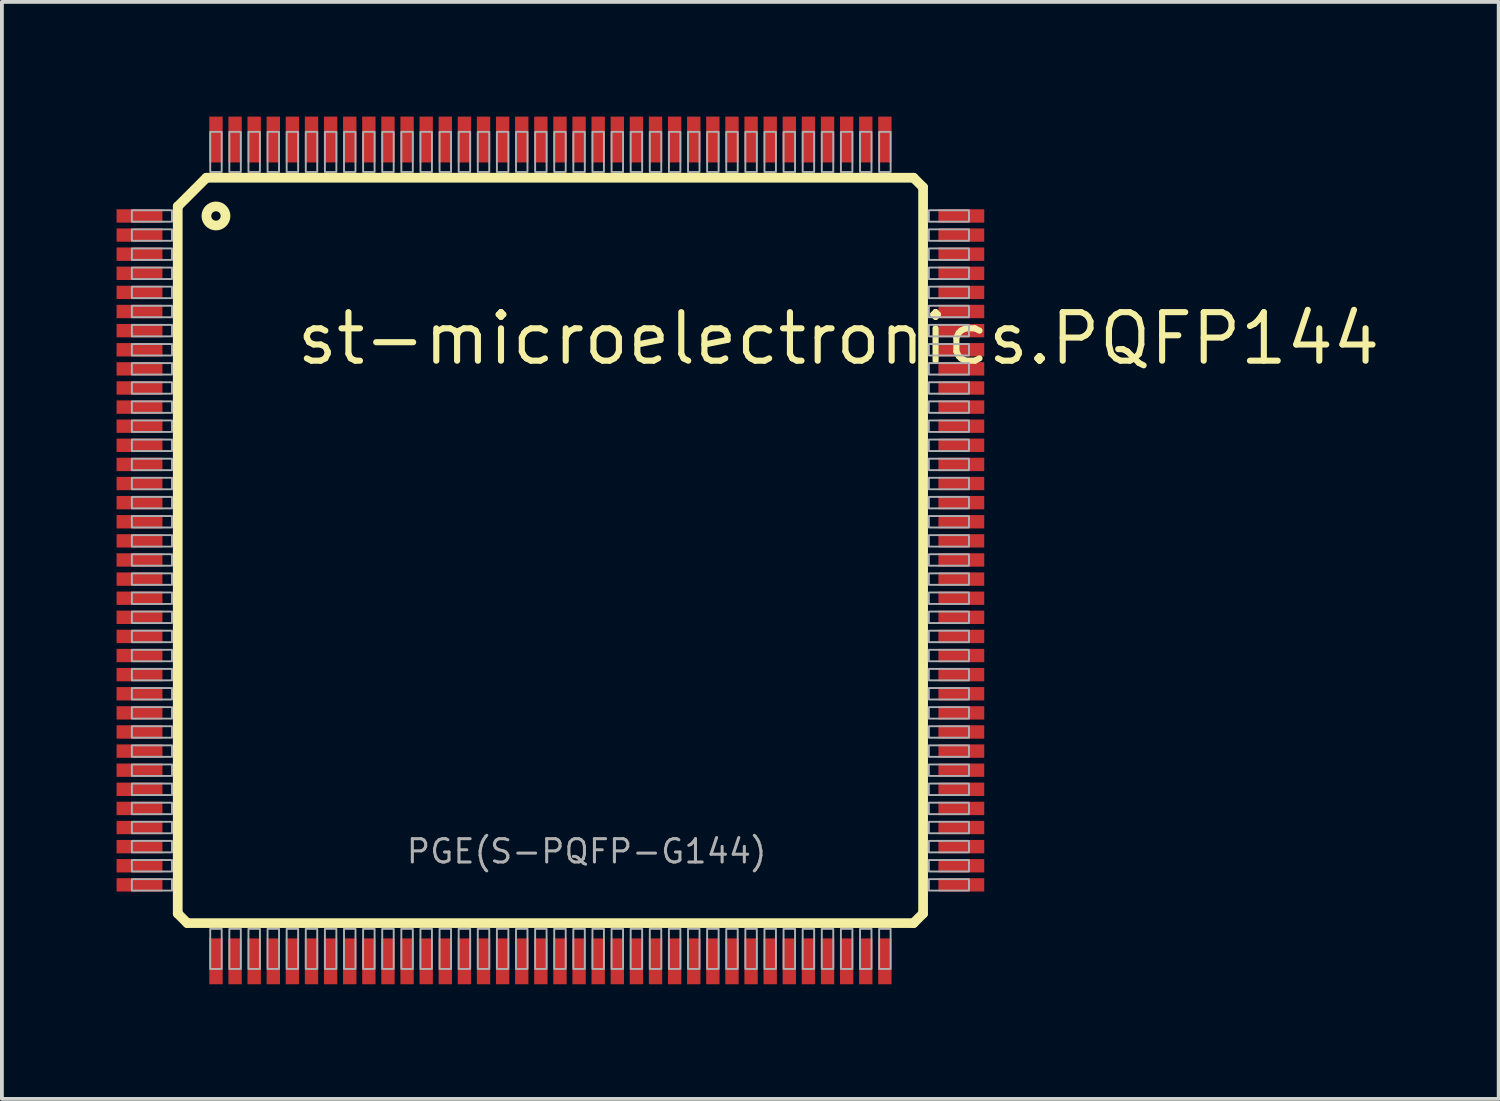
<source format=kicad_pcb>
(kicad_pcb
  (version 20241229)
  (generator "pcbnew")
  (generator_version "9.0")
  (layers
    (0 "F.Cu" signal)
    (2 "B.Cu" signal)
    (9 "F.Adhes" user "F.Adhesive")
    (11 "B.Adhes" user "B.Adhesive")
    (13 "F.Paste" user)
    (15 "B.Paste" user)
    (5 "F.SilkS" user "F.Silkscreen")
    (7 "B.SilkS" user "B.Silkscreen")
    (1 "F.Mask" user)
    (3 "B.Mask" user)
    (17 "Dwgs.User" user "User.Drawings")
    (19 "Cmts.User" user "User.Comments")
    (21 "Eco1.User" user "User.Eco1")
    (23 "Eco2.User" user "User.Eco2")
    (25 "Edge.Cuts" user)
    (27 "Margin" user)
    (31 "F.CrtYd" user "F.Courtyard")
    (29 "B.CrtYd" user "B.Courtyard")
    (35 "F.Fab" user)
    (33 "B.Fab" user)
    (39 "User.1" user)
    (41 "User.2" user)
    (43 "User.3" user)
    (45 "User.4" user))
  (footprint "st-microelectronics.PQFP144"
    (layer "F.Cu")
    (at 11.35 11.35)
    (property "Reference" "st-microelectronics.PQFP144" (at -6.72 -4.8 0) (layer "F.SilkS") (effects (font (size 1.27 1.27) (thickness 0.16)) (justify left bottom)))
    (attr smd)
    (fp_line (start -9.75 -9) (end -9 -9.75) (stroke (width 0.254) (type default)) (layer "F.SilkS"))
    (fp_line (start -9.75 9.5) (end -9.75 -9) (stroke (width 0.254) (type default)) (layer "F.SilkS"))
    (fp_line (start -9.5 9.75) (end -9.75 9.5) (stroke (width 0.254) (type default)) (layer "F.SilkS"))
    (fp_line (start -9 -9.75) (end 9.5 -9.75) (stroke (width 0.254) (type default)) (layer "F.SilkS"))
    (fp_line (start 9.5 -9.75) (end 9.75 -9.5) (stroke (width 0.254) (type default)) (layer "F.SilkS"))
    (fp_line (start 9.5 9.75) (end -9.5 9.75) (stroke (width 0.254) (type default)) (layer "F.SilkS"))
    (fp_line (start 9.75 -9.5) (end 9.75 9.5) (stroke (width 0.254) (type default)) (layer "F.SilkS"))
    (fp_line (start 9.75 9.5) (end 9.5 9.75) (stroke (width 0.254) (type default)) (layer "F.SilkS"))
    (fp_circle (center -8.75 -8.75) (end -8.5 -8.75) (stroke (width 0.254) (type default)) (fill no) (layer "F.SilkS"))
    (fp_rect (start -10.95 -8.6) (end -9.9 -8.9) (stroke (width 0.05) (type default)) (fill no) (layer "F.Fab"))
    (fp_rect (start -10.95 -8.1) (end -9.9 -8.4) (stroke (width 0.05) (type default)) (fill no) (layer "F.Fab"))
    (fp_rect (start -10.95 -7.6) (end -9.9 -7.9) (stroke (width 0.05) (type default)) (fill no) (layer "F.Fab"))
    (fp_rect (start -10.95 -7.1) (end -9.9 -7.4) (stroke (width 0.05) (type default)) (fill no) (layer "F.Fab"))
    (fp_rect (start -10.95 -6.6) (end -9.9 -6.9) (stroke (width 0.05) (type default)) (fill no) (layer "F.Fab"))
    (fp_rect (start -10.95 -6.1) (end -9.9 -6.4) (stroke (width 0.05) (type default)) (fill no) (layer "F.Fab"))
    (fp_rect (start -10.95 -5.6) (end -9.9 -5.9) (stroke (width 0.05) (type default)) (fill no) (layer "F.Fab"))
    (fp_rect (start -10.95 -5.1) (end -9.9 -5.4) (stroke (width 0.05) (type default)) (fill no) (layer "F.Fab"))
    (fp_rect (start -10.95 -4.6) (end -9.9 -4.9) (stroke (width 0.05) (type default)) (fill no) (layer "F.Fab"))
    (fp_rect (start -10.95 -4.1) (end -9.9 -4.4) (stroke (width 0.05) (type default)) (fill no) (layer "F.Fab"))
    (fp_rect (start -10.95 -3.6) (end -9.9 -3.9) (stroke (width 0.05) (type default)) (fill no) (layer "F.Fab"))
    (fp_rect (start -10.95 -3.1) (end -9.9 -3.4) (stroke (width 0.05) (type default)) (fill no) (layer "F.Fab"))
    (fp_rect (start -10.95 -2.6) (end -9.9 -2.9) (stroke (width 0.05) (type default)) (fill no) (layer "F.Fab"))
    (fp_rect (start -10.95 -2.1) (end -9.9 -2.4) (stroke (width 0.05) (type default)) (fill no) (layer "F.Fab"))
    (fp_rect (start -10.95 -1.6) (end -9.9 -1.9) (stroke (width 0.05) (type default)) (fill no) (layer "F.Fab"))
    (fp_rect (start -10.95 -1.1) (end -9.9 -1.4) (stroke (width 0.05) (type default)) (fill no) (layer "F.Fab"))
    (fp_rect (start -10.95 -0.6) (end -9.9 -0.9) (stroke (width 0.05) (type default)) (fill no) (layer "F.Fab"))
    (fp_rect (start -10.95 -0.1) (end -9.9 -0.4) (stroke (width 0.05) (type default)) (fill no) (layer "F.Fab"))
    (fp_rect (start -10.95 0.4) (end -9.9 0.1) (stroke (width 0.05) (type default)) (fill no) (layer "F.Fab"))
    (fp_rect (start -10.95 0.9) (end -9.9 0.6) (stroke (width 0.05) (type default)) (fill no) (layer "F.Fab"))
    (fp_rect (start -10.95 1.4) (end -9.9 1.1) (stroke (width 0.05) (type default)) (fill no) (layer "F.Fab"))
    (fp_rect (start -10.95 1.9) (end -9.9 1.6) (stroke (width 0.05) (type default)) (fill no) (layer "F.Fab"))
    (fp_rect (start -10.95 2.4) (end -9.9 2.1) (stroke (width 0.05) (type default)) (fill no) (layer "F.Fab"))
    (fp_rect (start -10.95 2.9) (end -9.9 2.6) (stroke (width 0.05) (type default)) (fill no) (layer "F.Fab"))
    (fp_rect (start -10.95 3.4) (end -9.9 3.1) (stroke (width 0.05) (type default)) (fill no) (layer "F.Fab"))
    (fp_rect (start -10.95 3.9) (end -9.9 3.6) (stroke (width 0.05) (type default)) (fill no) (layer "F.Fab"))
    (fp_rect (start -10.95 4.4) (end -9.9 4.1) (stroke (width 0.05) (type default)) (fill no) (layer "F.Fab"))
    (fp_rect (start -10.95 4.9) (end -9.9 4.6) (stroke (width 0.05) (type default)) (fill no) (layer "F.Fab"))
    (fp_rect (start -10.95 5.4) (end -9.9 5.1) (stroke (width 0.05) (type default)) (fill no) (layer "F.Fab"))
    (fp_rect (start -10.95 5.9) (end -9.9 5.6) (stroke (width 0.05) (type default)) (fill no) (layer "F.Fab"))
    (fp_rect (start -10.95 6.4) (end -9.9 6.1) (stroke (width 0.05) (type default)) (fill no) (layer "F.Fab"))
    (fp_rect (start -10.95 6.9) (end -9.9 6.6) (stroke (width 0.05) (type default)) (fill no) (layer "F.Fab"))
    (fp_rect (start -10.95 7.4) (end -9.9 7.1) (stroke (width 0.05) (type default)) (fill no) (layer "F.Fab"))
    (fp_rect (start -10.95 7.9) (end -9.9 7.6) (stroke (width 0.05) (type default)) (fill no) (layer "F.Fab"))
    (fp_rect (start -10.95 8.4) (end -9.9 8.1) (stroke (width 0.05) (type default)) (fill no) (layer "F.Fab"))
    (fp_rect (start -10.95 8.9) (end -9.9 8.6) (stroke (width 0.05) (type default)) (fill no) (layer "F.Fab"))
    (fp_rect (start -8.9 -9.9) (end -8.6 -10.95) (stroke (width 0.05) (type default)) (fill no) (layer "F.Fab"))
    (fp_rect (start -8.9 10.95) (end -8.6 9.9) (stroke (width 0.05) (type default)) (fill no) (layer "F.Fab"))
    (fp_rect (start -8.4 -9.9) (end -8.1 -10.95) (stroke (width 0.05) (type default)) (fill no) (layer "F.Fab"))
    (fp_rect (start -8.4 10.95) (end -8.1 9.9) (stroke (width 0.05) (type default)) (fill no) (layer "F.Fab"))
    (fp_rect (start -7.9 -9.9) (end -7.6 -10.95) (stroke (width 0.05) (type default)) (fill no) (layer "F.Fab"))
    (fp_rect (start -7.9 10.95) (end -7.6 9.9) (stroke (width 0.05) (type default)) (fill no) (layer "F.Fab"))
    (fp_rect (start -7.4 -9.9) (end -7.1 -10.95) (stroke (width 0.05) (type default)) (fill no) (layer "F.Fab"))
    (fp_rect (start -7.4 10.95) (end -7.1 9.9) (stroke (width 0.05) (type default)) (fill no) (layer "F.Fab"))
    (fp_rect (start -6.9 -9.9) (end -6.6 -10.95) (stroke (width 0.05) (type default)) (fill no) (layer "F.Fab"))
    (fp_rect (start -6.9 10.95) (end -6.6 9.9) (stroke (width 0.05) (type default)) (fill no) (layer "F.Fab"))
    (fp_rect (start -6.4 -9.9) (end -6.1 -10.95) (stroke (width 0.05) (type default)) (fill no) (layer "F.Fab"))
    (fp_rect (start -6.4 10.95) (end -6.1 9.9) (stroke (width 0.05) (type default)) (fill no) (layer "F.Fab"))
    (fp_rect (start -5.9 -9.9) (end -5.6 -10.95) (stroke (width 0.05) (type default)) (fill no) (layer "F.Fab"))
    (fp_rect (start -5.9 10.95) (end -5.6 9.9) (stroke (width 0.05) (type default)) (fill no) (layer "F.Fab"))
    (fp_rect (start -5.4 -9.9) (end -5.1 -10.95) (stroke (width 0.05) (type default)) (fill no) (layer "F.Fab"))
    (fp_rect (start -5.4 10.95) (end -5.1 9.9) (stroke (width 0.05) (type default)) (fill no) (layer "F.Fab"))
    (fp_rect (start -4.9 -9.9) (end -4.6 -10.95) (stroke (width 0.05) (type default)) (fill no) (layer "F.Fab"))
    (fp_rect (start -4.9 10.95) (end -4.6 9.9) (stroke (width 0.05) (type default)) (fill no) (layer "F.Fab"))
    (fp_rect (start -4.4 -9.9) (end -4.1 -10.95) (stroke (width 0.05) (type default)) (fill no) (layer "F.Fab"))
    (fp_rect (start -4.4 10.95) (end -4.1 9.9) (stroke (width 0.05) (type default)) (fill no) (layer "F.Fab"))
    (fp_rect (start -3.9 -9.9) (end -3.6 -10.95) (stroke (width 0.05) (type default)) (fill no) (layer "F.Fab"))
    (fp_rect (start -3.9 10.95) (end -3.6 9.9) (stroke (width 0.05) (type default)) (fill no) (layer "F.Fab"))
    (fp_rect (start -3.4 -9.9) (end -3.1 -10.95) (stroke (width 0.05) (type default)) (fill no) (layer "F.Fab"))
    (fp_rect (start -3.4 10.95) (end -3.1 9.9) (stroke (width 0.05) (type default)) (fill no) (layer "F.Fab"))
    (fp_rect (start -2.9 -9.9) (end -2.6 -10.95) (stroke (width 0.05) (type default)) (fill no) (layer "F.Fab"))
    (fp_rect (start -2.9 10.95) (end -2.6 9.9) (stroke (width 0.05) (type default)) (fill no) (layer "F.Fab"))
    (fp_rect (start -2.4 -9.9) (end -2.1 -10.95) (stroke (width 0.05) (type default)) (fill no) (layer "F.Fab"))
    (fp_rect (start -2.4 10.95) (end -2.1 9.9) (stroke (width 0.05) (type default)) (fill no) (layer "F.Fab"))
    (fp_rect (start -1.9 -9.9) (end -1.6 -10.95) (stroke (width 0.05) (type default)) (fill no) (layer "F.Fab"))
    (fp_rect (start -1.9 10.95) (end -1.6 9.9) (stroke (width 0.05) (type default)) (fill no) (layer "F.Fab"))
    (fp_rect (start -1.4 -9.9) (end -1.1 -10.95) (stroke (width 0.05) (type default)) (fill no) (layer "F.Fab"))
    (fp_rect (start -1.4 10.95) (end -1.1 9.9) (stroke (width 0.05) (type default)) (fill no) (layer "F.Fab"))
    (fp_rect (start -0.9 -9.9) (end -0.6 -10.95) (stroke (width 0.05) (type default)) (fill no) (layer "F.Fab"))
    (fp_rect (start -0.9 10.95) (end -0.6 9.9) (stroke (width 0.05) (type default)) (fill no) (layer "F.Fab"))
    (fp_rect (start -0.4 -9.9) (end -0.1 -10.95) (stroke (width 0.05) (type default)) (fill no) (layer "F.Fab"))
    (fp_rect (start -0.4 10.95) (end -0.1 9.9) (stroke (width 0.05) (type default)) (fill no) (layer "F.Fab"))
    (fp_rect (start 0.1 -9.9) (end 0.4 -10.95) (stroke (width 0.05) (type default)) (fill no) (layer "F.Fab"))
    (fp_rect (start 0.1 10.95) (end 0.4 9.9) (stroke (width 0.05) (type default)) (fill no) (layer "F.Fab"))
    (fp_rect (start 0.6 -9.9) (end 0.9 -10.95) (stroke (width 0.05) (type default)) (fill no) (layer "F.Fab"))
    (fp_rect (start 0.6 10.95) (end 0.9 9.9) (stroke (width 0.05) (type default)) (fill no) (layer "F.Fab"))
    (fp_rect (start 1.1 -9.9) (end 1.4 -10.95) (stroke (width 0.05) (type default)) (fill no) (layer "F.Fab"))
    (fp_rect (start 1.1 10.95) (end 1.4 9.9) (stroke (width 0.05) (type default)) (fill no) (layer "F.Fab"))
    (fp_rect (start 1.6 -9.9) (end 1.9 -10.95) (stroke (width 0.05) (type default)) (fill no) (layer "F.Fab"))
    (fp_rect (start 1.6 10.95) (end 1.9 9.9) (stroke (width 0.05) (type default)) (fill no) (layer "F.Fab"))
    (fp_rect (start 2.1 -9.9) (end 2.4 -10.95) (stroke (width 0.05) (type default)) (fill no) (layer "F.Fab"))
    (fp_rect (start 2.1 10.95) (end 2.4 9.9) (stroke (width 0.05) (type default)) (fill no) (layer "F.Fab"))
    (fp_rect (start 2.6 -9.9) (end 2.9 -10.95) (stroke (width 0.05) (type default)) (fill no) (layer "F.Fab"))
    (fp_rect (start 2.6 10.95) (end 2.9 9.9) (stroke (width 0.05) (type default)) (fill no) (layer "F.Fab"))
    (fp_rect (start 3.1 -9.9) (end 3.4 -10.95) (stroke (width 0.05) (type default)) (fill no) (layer "F.Fab"))
    (fp_rect (start 3.1 10.95) (end 3.4 9.9) (stroke (width 0.05) (type default)) (fill no) (layer "F.Fab"))
    (fp_rect (start 3.6 -9.9) (end 3.9 -10.95) (stroke (width 0.05) (type default)) (fill no) (layer "F.Fab"))
    (fp_rect (start 3.6 10.95) (end 3.9 9.9) (stroke (width 0.05) (type default)) (fill no) (layer "F.Fab"))
    (fp_rect (start 4.1 -9.9) (end 4.4 -10.95) (stroke (width 0.05) (type default)) (fill no) (layer "F.Fab"))
    (fp_rect (start 4.1 10.95) (end 4.4 9.9) (stroke (width 0.05) (type default)) (fill no) (layer "F.Fab"))
    (fp_rect (start 4.6 -9.9) (end 4.9 -10.95) (stroke (width 0.05) (type default)) (fill no) (layer "F.Fab"))
    (fp_rect (start 4.6 10.95) (end 4.9 9.9) (stroke (width 0.05) (type default)) (fill no) (layer "F.Fab"))
    (fp_rect (start 5.1 -9.9) (end 5.4 -10.95) (stroke (width 0.05) (type default)) (fill no) (layer "F.Fab"))
    (fp_rect (start 5.1 10.95) (end 5.4 9.9) (stroke (width 0.05) (type default)) (fill no) (layer "F.Fab"))
    (fp_rect (start 5.6 -9.9) (end 5.9 -10.95) (stroke (width 0.05) (type default)) (fill no) (layer "F.Fab"))
    (fp_rect (start 5.6 10.95) (end 5.9 9.9) (stroke (width 0.05) (type default)) (fill no) (layer "F.Fab"))
    (fp_rect (start 6.1 -9.9) (end 6.4 -10.95) (stroke (width 0.05) (type default)) (fill no) (layer "F.Fab"))
    (fp_rect (start 6.1 10.95) (end 6.4 9.9) (stroke (width 0.05) (type default)) (fill no) (layer "F.Fab"))
    (fp_rect (start 6.6 -9.9) (end 6.9 -10.95) (stroke (width 0.05) (type default)) (fill no) (layer "F.Fab"))
    (fp_rect (start 6.6 10.95) (end 6.9 9.9) (stroke (width 0.05) (type default)) (fill no) (layer "F.Fab"))
    (fp_rect (start 7.1 -9.9) (end 7.4 -10.95) (stroke (width 0.05) (type default)) (fill no) (layer "F.Fab"))
    (fp_rect (start 7.1 10.95) (end 7.4 9.9) (stroke (width 0.05) (type default)) (fill no) (layer "F.Fab"))
    (fp_rect (start 7.6 -9.9) (end 7.9 -10.95) (stroke (width 0.05) (type default)) (fill no) (layer "F.Fab"))
    (fp_rect (start 7.6 10.95) (end 7.9 9.9) (stroke (width 0.05) (type default)) (fill no) (layer "F.Fab"))
    (fp_rect (start 8.1 -9.9) (end 8.4 -10.95) (stroke (width 0.05) (type default)) (fill no) (layer "F.Fab"))
    (fp_rect (start 8.1 10.95) (end 8.4 9.9) (stroke (width 0.05) (type default)) (fill no) (layer "F.Fab"))
    (fp_rect (start 8.6 -9.9) (end 8.9 -10.95) (stroke (width 0.05) (type default)) (fill no) (layer "F.Fab"))
    (fp_rect (start 8.6 10.95) (end 8.9 9.9) (stroke (width 0.05) (type default)) (fill no) (layer "F.Fab"))
    (fp_rect (start 9.9 -8.6) (end 10.95 -8.9) (stroke (width 0.05) (type default)) (fill no) (layer "F.Fab"))
    (fp_rect (start 9.9 -8.1) (end 10.95 -8.4) (stroke (width 0.05) (type default)) (fill no) (layer "F.Fab"))
    (fp_rect (start 9.9 -7.6) (end 10.95 -7.9) (stroke (width 0.05) (type default)) (fill no) (layer "F.Fab"))
    (fp_rect (start 9.9 -7.1) (end 10.95 -7.4) (stroke (width 0.05) (type default)) (fill no) (layer "F.Fab"))
    (fp_rect (start 9.9 -6.6) (end 10.95 -6.9) (stroke (width 0.05) (type default)) (fill no) (layer "F.Fab"))
    (fp_rect (start 9.9 -6.1) (end 10.95 -6.4) (stroke (width 0.05) (type default)) (fill no) (layer "F.Fab"))
    (fp_rect (start 9.9 -5.6) (end 10.95 -5.9) (stroke (width 0.05) (type default)) (fill no) (layer "F.Fab"))
    (fp_rect (start 9.9 -5.1) (end 10.95 -5.4) (stroke (width 0.05) (type default)) (fill no) (layer "F.Fab"))
    (fp_rect (start 9.9 -4.6) (end 10.95 -4.9) (stroke (width 0.05) (type default)) (fill no) (layer "F.Fab"))
    (fp_rect (start 9.9 -4.1) (end 10.95 -4.4) (stroke (width 0.05) (type default)) (fill no) (layer "F.Fab"))
    (fp_rect (start 9.9 -3.6) (end 10.95 -3.9) (stroke (width 0.05) (type default)) (fill no) (layer "F.Fab"))
    (fp_rect (start 9.9 -3.1) (end 10.95 -3.4) (stroke (width 0.05) (type default)) (fill no) (layer "F.Fab"))
    (fp_rect (start 9.9 -2.6) (end 10.95 -2.9) (stroke (width 0.05) (type default)) (fill no) (layer "F.Fab"))
    (fp_rect (start 9.9 -2.1) (end 10.95 -2.4) (stroke (width 0.05) (type default)) (fill no) (layer "F.Fab"))
    (fp_rect (start 9.9 -1.6) (end 10.95 -1.9) (stroke (width 0.05) (type default)) (fill no) (layer "F.Fab"))
    (fp_rect (start 9.9 -1.1) (end 10.95 -1.4) (stroke (width 0.05) (type default)) (fill no) (layer "F.Fab"))
    (fp_rect (start 9.9 -0.6) (end 10.95 -0.9) (stroke (width 0.05) (type default)) (fill no) (layer "F.Fab"))
    (fp_rect (start 9.9 -0.1) (end 10.95 -0.4) (stroke (width 0.05) (type default)) (fill no) (layer "F.Fab"))
    (fp_rect (start 9.9 0.4) (end 10.95 0.1) (stroke (width 0.05) (type default)) (fill no) (layer "F.Fab"))
    (fp_rect (start 9.9 0.9) (end 10.95 0.6) (stroke (width 0.05) (type default)) (fill no) (layer "F.Fab"))
    (fp_rect (start 9.9 1.4) (end 10.95 1.1) (stroke (width 0.05) (type default)) (fill no) (layer "F.Fab"))
    (fp_rect (start 9.9 1.9) (end 10.95 1.6) (stroke (width 0.05) (type default)) (fill no) (layer "F.Fab"))
    (fp_rect (start 9.9 2.4) (end 10.95 2.1) (stroke (width 0.05) (type default)) (fill no) (layer "F.Fab"))
    (fp_rect (start 9.9 2.9) (end 10.95 2.6) (stroke (width 0.05) (type default)) (fill no) (layer "F.Fab"))
    (fp_rect (start 9.9 3.4) (end 10.95 3.1) (stroke (width 0.05) (type default)) (fill no) (layer "F.Fab"))
    (fp_rect (start 9.9 3.9) (end 10.95 3.6) (stroke (width 0.05) (type default)) (fill no) (layer "F.Fab"))
    (fp_rect (start 9.9 4.4) (end 10.95 4.1) (stroke (width 0.05) (type default)) (fill no) (layer "F.Fab"))
    (fp_rect (start 9.9 4.9) (end 10.95 4.6) (stroke (width 0.05) (type default)) (fill no) (layer "F.Fab"))
    (fp_rect (start 9.9 5.4) (end 10.95 5.1) (stroke (width 0.05) (type default)) (fill no) (layer "F.Fab"))
    (fp_rect (start 9.9 5.9) (end 10.95 5.6) (stroke (width 0.05) (type default)) (fill no) (layer "F.Fab"))
    (fp_rect (start 9.9 6.4) (end 10.95 6.1) (stroke (width 0.05) (type default)) (fill no) (layer "F.Fab"))
    (fp_rect (start 9.9 6.9) (end 10.95 6.6) (stroke (width 0.05) (type default)) (fill no) (layer "F.Fab"))
    (fp_rect (start 9.9 7.4) (end 10.95 7.1) (stroke (width 0.05) (type default)) (fill no) (layer "F.Fab"))
    (fp_rect (start 9.9 7.9) (end 10.95 7.6) (stroke (width 0.05) (type default)) (fill no) (layer "F.Fab"))
    (fp_rect (start 9.9 8.4) (end 10.95 8.1) (stroke (width 0.05) (type default)) (fill no) (layer "F.Fab"))
    (fp_rect (start 9.9 8.9) (end 10.95 8.6) (stroke (width 0.05) (type default)) (fill no) (layer "F.Fab"))
    (fp_text user "PGE(S-PQFP-G144)" (at -3.81 8.23 0) (layer "F.Fab") (effects (font (size 0.61 0.61) (thickness 0.08)) (justify left bottom)))
    (pad "1" smd roundrect (at -10.75 -8.75) (size 1.2 0.35) (layers "F.Cu" "F.Mask" "F.Paste") (roundrect_rratio 0.01))
    (pad "2" smd roundrect (at -10.75 -8.25) (size 1.2 0.35) (layers "F.Cu" "F.Mask" "F.Paste") (roundrect_rratio 0.01))
    (pad "3" smd roundrect (at -10.75 -7.75) (size 1.2 0.35) (layers "F.Cu" "F.Mask" "F.Paste") (roundrect_rratio 0.01))
    (pad "4" smd roundrect (at -10.75 -7.25) (size 1.2 0.35) (layers "F.Cu" "F.Mask" "F.Paste") (roundrect_rratio 0.01))
    (pad "5" smd roundrect (at -10.75 -6.75) (size 1.2 0.35) (layers "F.Cu" "F.Mask" "F.Paste") (roundrect_rratio 0.01))
    (pad "6" smd roundrect (at -10.75 -6.25) (size 1.2 0.35) (layers "F.Cu" "F.Mask" "F.Paste") (roundrect_rratio 0.01))
    (pad "7" smd roundrect (at -10.75 -5.75) (size 1.2 0.35) (layers "F.Cu" "F.Mask" "F.Paste") (roundrect_rratio 0.01))
    (pad "8" smd roundrect (at -10.75 -5.25) (size 1.2 0.35) (layers "F.Cu" "F.Mask" "F.Paste") (roundrect_rratio 0.01))
    (pad "9" smd roundrect (at -10.75 -4.75) (size 1.2 0.35) (layers "F.Cu" "F.Mask" "F.Paste") (roundrect_rratio 0.01))
    (pad "10" smd roundrect (at -10.75 -4.25) (size 1.2 0.35) (layers "F.Cu" "F.Mask" "F.Paste") (roundrect_rratio 0.01))
    (pad "11" smd roundrect (at -10.75 -3.75) (size 1.2 0.35) (layers "F.Cu" "F.Mask" "F.Paste") (roundrect_rratio 0.01))
    (pad "12" smd roundrect (at -10.75 -3.25) (size 1.2 0.35) (layers "F.Cu" "F.Mask" "F.Paste") (roundrect_rratio 0.01))
    (pad "13" smd roundrect (at -10.75 -2.75) (size 1.2 0.35) (layers "F.Cu" "F.Mask" "F.Paste") (roundrect_rratio 0.01))
    (pad "14" smd roundrect (at -10.75 -2.25) (size 1.2 0.35) (layers "F.Cu" "F.Mask" "F.Paste") (roundrect_rratio 0.01))
    (pad "15" smd roundrect (at -10.75 -1.75) (size 1.2 0.35) (layers "F.Cu" "F.Mask" "F.Paste") (roundrect_rratio 0.01))
    (pad "16" smd roundrect (at -10.75 -1.25) (size 1.2 0.35) (layers "F.Cu" "F.Mask" "F.Paste") (roundrect_rratio 0.01))
    (pad "17" smd roundrect (at -10.75 -0.75) (size 1.2 0.35) (layers "F.Cu" "F.Mask" "F.Paste") (roundrect_rratio 0.01))
    (pad "18" smd roundrect (at -10.75 -0.25) (size 1.2 0.35) (layers "F.Cu" "F.Mask" "F.Paste") (roundrect_rratio 0.01))
    (pad "19" smd roundrect (at -10.75 0.25) (size 1.2 0.35) (layers "F.Cu" "F.Mask" "F.Paste") (roundrect_rratio 0.01))
    (pad "20" smd roundrect (at -10.75 0.75) (size 1.2 0.35) (layers "F.Cu" "F.Mask" "F.Paste") (roundrect_rratio 0.01))
    (pad "21" smd roundrect (at -10.75 1.25) (size 1.2 0.35) (layers "F.Cu" "F.Mask" "F.Paste") (roundrect_rratio 0.01))
    (pad "22" smd roundrect (at -10.75 1.75) (size 1.2 0.35) (layers "F.Cu" "F.Mask" "F.Paste") (roundrect_rratio 0.01))
    (pad "23" smd roundrect (at -10.75 2.25) (size 1.2 0.35) (layers "F.Cu" "F.Mask" "F.Paste") (roundrect_rratio 0.01))
    (pad "24" smd roundrect (at -10.75 2.75) (size 1.2 0.35) (layers "F.Cu" "F.Mask" "F.Paste") (roundrect_rratio 0.01))
    (pad "25" smd roundrect (at -10.75 3.25) (size 1.2 0.35) (layers "F.Cu" "F.Mask" "F.Paste") (roundrect_rratio 0.01))
    (pad "26" smd roundrect (at -10.75 3.75) (size 1.2 0.35) (layers "F.Cu" "F.Mask" "F.Paste") (roundrect_rratio 0.01))
    (pad "27" smd roundrect (at -10.75 4.25) (size 1.2 0.35) (layers "F.Cu" "F.Mask" "F.Paste") (roundrect_rratio 0.01))
    (pad "28" smd roundrect (at -10.75 4.75) (size 1.2 0.35) (layers "F.Cu" "F.Mask" "F.Paste") (roundrect_rratio 0.01))
    (pad "29" smd roundrect (at -10.75 5.25) (size 1.2 0.35) (layers "F.Cu" "F.Mask" "F.Paste") (roundrect_rratio 0.01))
    (pad "30" smd roundrect (at -10.75 5.75) (size 1.2 0.35) (layers "F.Cu" "F.Mask" "F.Paste") (roundrect_rratio 0.01))
    (pad "31" smd roundrect (at -10.75 6.25) (size 1.2 0.35) (layers "F.Cu" "F.Mask" "F.Paste") (roundrect_rratio 0.01))
    (pad "32" smd roundrect (at -10.75 6.75) (size 1.2 0.35) (layers "F.Cu" "F.Mask" "F.Paste") (roundrect_rratio 0.01))
    (pad "33" smd roundrect (at -10.75 7.25) (size 1.2 0.35) (layers "F.Cu" "F.Mask" "F.Paste") (roundrect_rratio 0.01))
    (pad "34" smd roundrect (at -10.75 7.75) (size 1.2 0.35) (layers "F.Cu" "F.Mask" "F.Paste") (roundrect_rratio 0.01))
    (pad "35" smd roundrect (at -10.75 8.25) (size 1.2 0.35) (layers "F.Cu" "F.Mask" "F.Paste") (roundrect_rratio 0.01))
    (pad "36" smd roundrect (at -10.75 8.75) (size 1.2 0.35) (layers "F.Cu" "F.Mask" "F.Paste") (roundrect_rratio 0.01))
    (pad "37" smd roundrect (at -8.75 10.75) (size 0.35 1.2) (layers "F.Cu" "F.Mask" "F.Paste") (roundrect_rratio 0.01))
    (pad "38" smd roundrect (at -8.25 10.75) (size 0.35 1.2) (layers "F.Cu" "F.Mask" "F.Paste") (roundrect_rratio 0.01))
    (pad "39" smd roundrect (at -7.75 10.75) (size 0.35 1.2) (layers "F.Cu" "F.Mask" "F.Paste") (roundrect_rratio 0.01))
    (pad "40" smd roundrect (at -7.25 10.75) (size 0.35 1.2) (layers "F.Cu" "F.Mask" "F.Paste") (roundrect_rratio 0.01))
    (pad "41" smd roundrect (at -6.75 10.75) (size 0.35 1.2) (layers "F.Cu" "F.Mask" "F.Paste") (roundrect_rratio 0.01))
    (pad "42" smd roundrect (at -6.25 10.75) (size 0.35 1.2) (layers "F.Cu" "F.Mask" "F.Paste") (roundrect_rratio 0.01))
    (pad "43" smd roundrect (at -5.75 10.75) (size 0.35 1.2) (layers "F.Cu" "F.Mask" "F.Paste") (roundrect_rratio 0.01))
    (pad "44" smd roundrect (at -5.25 10.75) (size 0.35 1.2) (layers "F.Cu" "F.Mask" "F.Paste") (roundrect_rratio 0.01))
    (pad "45" smd roundrect (at -4.75 10.75) (size 0.35 1.2) (layers "F.Cu" "F.Mask" "F.Paste") (roundrect_rratio 0.01))
    (pad "46" smd roundrect (at -4.25 10.75) (size 0.35 1.2) (layers "F.Cu" "F.Mask" "F.Paste") (roundrect_rratio 0.01))
    (pad "47" smd roundrect (at -3.75 10.75) (size 0.35 1.2) (layers "F.Cu" "F.Mask" "F.Paste") (roundrect_rratio 0.01))
    (pad "48" smd roundrect (at -3.25 10.75) (size 0.35 1.2) (layers "F.Cu" "F.Mask" "F.Paste") (roundrect_rratio 0.01))
    (pad "49" smd roundrect (at -2.75 10.75) (size 0.35 1.2) (layers "F.Cu" "F.Mask" "F.Paste") (roundrect_rratio 0.01))
    (pad "50" smd roundrect (at -2.25 10.75) (size 0.35 1.2) (layers "F.Cu" "F.Mask" "F.Paste") (roundrect_rratio 0.01))
    (pad "51" smd roundrect (at -1.75 10.75) (size 0.35 1.2) (layers "F.Cu" "F.Mask" "F.Paste") (roundrect_rratio 0.01))
    (pad "52" smd roundrect (at -1.25 10.75) (size 0.35 1.2) (layers "F.Cu" "F.Mask" "F.Paste") (roundrect_rratio 0.01))
    (pad "53" smd roundrect (at -0.75 10.75) (size 0.35 1.2) (layers "F.Cu" "F.Mask" "F.Paste") (roundrect_rratio 0.01))
    (pad "54" smd roundrect (at -0.25 10.75) (size 0.35 1.2) (layers "F.Cu" "F.Mask" "F.Paste") (roundrect_rratio 0.01))
    (pad "55" smd roundrect (at 0.25 10.75) (size 0.35 1.2) (layers "F.Cu" "F.Mask" "F.Paste") (roundrect_rratio 0.01))
    (pad "56" smd roundrect (at 0.75 10.75) (size 0.35 1.2) (layers "F.Cu" "F.Mask" "F.Paste") (roundrect_rratio 0.01))
    (pad "57" smd roundrect (at 1.25 10.75) (size 0.35 1.2) (layers "F.Cu" "F.Mask" "F.Paste") (roundrect_rratio 0.01))
    (pad "58" smd roundrect (at 1.75 10.75) (size 0.35 1.2) (layers "F.Cu" "F.Mask" "F.Paste") (roundrect_rratio 0.01))
    (pad "59" smd roundrect (at 2.25 10.75) (size 0.35 1.2) (layers "F.Cu" "F.Mask" "F.Paste") (roundrect_rratio 0.01))
    (pad "60" smd roundrect (at 2.75 10.75) (size 0.35 1.2) (layers "F.Cu" "F.Mask" "F.Paste") (roundrect_rratio 0.01))
    (pad "61" smd roundrect (at 3.25 10.75) (size 0.35 1.2) (layers "F.Cu" "F.Mask" "F.Paste") (roundrect_rratio 0.01))
    (pad "62" smd roundrect (at 3.75 10.75) (size 0.35 1.2) (layers "F.Cu" "F.Mask" "F.Paste") (roundrect_rratio 0.01))
    (pad "63" smd roundrect (at 4.25 10.75) (size 0.35 1.2) (layers "F.Cu" "F.Mask" "F.Paste") (roundrect_rratio 0.01))
    (pad "64" smd roundrect (at 4.75 10.75) (size 0.35 1.2) (layers "F.Cu" "F.Mask" "F.Paste") (roundrect_rratio 0.01))
    (pad "65" smd roundrect (at 5.25 10.75) (size 0.35 1.2) (layers "F.Cu" "F.Mask" "F.Paste") (roundrect_rratio 0.01))
    (pad "66" smd roundrect (at 5.75 10.75) (size 0.35 1.2) (layers "F.Cu" "F.Mask" "F.Paste") (roundrect_rratio 0.01))
    (pad "67" smd roundrect (at 6.25 10.75) (size 0.35 1.2) (layers "F.Cu" "F.Mask" "F.Paste") (roundrect_rratio 0.01))
    (pad "68" smd roundrect (at 6.75 10.75) (size 0.35 1.2) (layers "F.Cu" "F.Mask" "F.Paste") (roundrect_rratio 0.01))
    (pad "69" smd roundrect (at 7.25 10.75) (size 0.35 1.2) (layers "F.Cu" "F.Mask" "F.Paste") (roundrect_rratio 0.01))
    (pad "70" smd roundrect (at 7.75 10.75) (size 0.35 1.2) (layers "F.Cu" "F.Mask" "F.Paste") (roundrect_rratio 0.01))
    (pad "71" smd roundrect (at 8.25 10.75) (size 0.35 1.2) (layers "F.Cu" "F.Mask" "F.Paste") (roundrect_rratio 0.01))
    (pad "72" smd roundrect (at 8.75 10.75) (size 0.35 1.2) (layers "F.Cu" "F.Mask" "F.Paste") (roundrect_rratio 0.01))
    (pad "73" smd roundrect (at 10.75 8.75) (size 1.2 0.35) (layers "F.Cu" "F.Mask" "F.Paste") (roundrect_rratio 0.01))
    (pad "74" smd roundrect (at 10.75 8.25) (size 1.2 0.35) (layers "F.Cu" "F.Mask" "F.Paste") (roundrect_rratio 0.01))
    (pad "75" smd roundrect (at 10.75 7.75) (size 1.2 0.35) (layers "F.Cu" "F.Mask" "F.Paste") (roundrect_rratio 0.01))
    (pad "76" smd roundrect (at 10.75 7.25) (size 1.2 0.35) (layers "F.Cu" "F.Mask" "F.Paste") (roundrect_rratio 0.01))
    (pad "77" smd roundrect (at 10.75 6.75) (size 1.2 0.35) (layers "F.Cu" "F.Mask" "F.Paste") (roundrect_rratio 0.01))
    (pad "78" smd roundrect (at 10.75 6.25) (size 1.2 0.35) (layers "F.Cu" "F.Mask" "F.Paste") (roundrect_rratio 0.01))
    (pad "79" smd roundrect (at 10.75 5.75) (size 1.2 0.35) (layers "F.Cu" "F.Mask" "F.Paste") (roundrect_rratio 0.01))
    (pad "80" smd roundrect (at 10.75 5.25) (size 1.2 0.35) (layers "F.Cu" "F.Mask" "F.Paste") (roundrect_rratio 0.01))
    (pad "81" smd roundrect (at 10.75 4.75) (size 1.2 0.35) (layers "F.Cu" "F.Mask" "F.Paste") (roundrect_rratio 0.01))
    (pad "82" smd roundrect (at 10.75 4.25) (size 1.2 0.35) (layers "F.Cu" "F.Mask" "F.Paste") (roundrect_rratio 0.01))
    (pad "83" smd roundrect (at 10.75 3.75) (size 1.2 0.35) (layers "F.Cu" "F.Mask" "F.Paste") (roundrect_rratio 0.01))
    (pad "84" smd roundrect (at 10.75 3.25) (size 1.2 0.35) (layers "F.Cu" "F.Mask" "F.Paste") (roundrect_rratio 0.01))
    (pad "85" smd roundrect (at 10.75 2.75) (size 1.2 0.35) (layers "F.Cu" "F.Mask" "F.Paste") (roundrect_rratio 0.01))
    (pad "86" smd roundrect (at 10.75 2.25) (size 1.2 0.35) (layers "F.Cu" "F.Mask" "F.Paste") (roundrect_rratio 0.01))
    (pad "87" smd roundrect (at 10.75 1.75) (size 1.2 0.35) (layers "F.Cu" "F.Mask" "F.Paste") (roundrect_rratio 0.01))
    (pad "88" smd roundrect (at 10.75 1.25) (size 1.2 0.35) (layers "F.Cu" "F.Mask" "F.Paste") (roundrect_rratio 0.01))
    (pad "89" smd roundrect (at 10.75 0.75) (size 1.2 0.35) (layers "F.Cu" "F.Mask" "F.Paste") (roundrect_rratio 0.01))
    (pad "90" smd roundrect (at 10.75 0.25) (size 1.2 0.35) (layers "F.Cu" "F.Mask" "F.Paste") (roundrect_rratio 0.01))
    (pad "91" smd roundrect (at 10.75 -0.25) (size 1.2 0.35) (layers "F.Cu" "F.Mask" "F.Paste") (roundrect_rratio 0.01))
    (pad "92" smd roundrect (at 10.75 -0.75) (size 1.2 0.35) (layers "F.Cu" "F.Mask" "F.Paste") (roundrect_rratio 0.01))
    (pad "93" smd roundrect (at 10.75 -1.25) (size 1.2 0.35) (layers "F.Cu" "F.Mask" "F.Paste") (roundrect_rratio 0.01))
    (pad "94" smd roundrect (at 10.75 -1.75) (size 1.2 0.35) (layers "F.Cu" "F.Mask" "F.Paste") (roundrect_rratio 0.01))
    (pad "95" smd roundrect (at 10.75 -2.25) (size 1.2 0.35) (layers "F.Cu" "F.Mask" "F.Paste") (roundrect_rratio 0.01))
    (pad "96" smd roundrect (at 10.75 -2.75) (size 1.2 0.35) (layers "F.Cu" "F.Mask" "F.Paste") (roundrect_rratio 0.01))
    (pad "97" smd roundrect (at 10.75 -3.25) (size 1.2 0.35) (layers "F.Cu" "F.Mask" "F.Paste") (roundrect_rratio 0.01))
    (pad "98" smd roundrect (at 10.75 -3.75) (size 1.2 0.35) (layers "F.Cu" "F.Mask" "F.Paste") (roundrect_rratio 0.01))
    (pad "99" smd roundrect (at 10.75 -4.25) (size 1.2 0.35) (layers "F.Cu" "F.Mask" "F.Paste") (roundrect_rratio 0.01))
    (pad "100" smd roundrect (at 10.75 -4.75) (size 1.2 0.35) (layers "F.Cu" "F.Mask" "F.Paste") (roundrect_rratio 0.01))
    (pad "101" smd roundrect (at 10.75 -5.25) (size 1.2 0.35) (layers "F.Cu" "F.Mask" "F.Paste") (roundrect_rratio 0.01))
    (pad "102" smd roundrect (at 10.75 -5.75) (size 1.2 0.35) (layers "F.Cu" "F.Mask" "F.Paste") (roundrect_rratio 0.01))
    (pad "103" smd roundrect (at 10.75 -6.25) (size 1.2 0.35) (layers "F.Cu" "F.Mask" "F.Paste") (roundrect_rratio 0.01))
    (pad "104" smd roundrect (at 10.75 -6.75) (size 1.2 0.35) (layers "F.Cu" "F.Mask" "F.Paste") (roundrect_rratio 0.01))
    (pad "105" smd roundrect (at 10.75 -7.25) (size 1.2 0.35) (layers "F.Cu" "F.Mask" "F.Paste") (roundrect_rratio 0.01))
    (pad "106" smd roundrect (at 10.75 -7.75) (size 1.2 0.35) (layers "F.Cu" "F.Mask" "F.Paste") (roundrect_rratio 0.01))
    (pad "107" smd roundrect (at 10.75 -8.25) (size 1.2 0.35) (layers "F.Cu" "F.Mask" "F.Paste") (roundrect_rratio 0.01))
    (pad "108" smd roundrect (at 10.75 -8.75) (size 1.2 0.35) (layers "F.Cu" "F.Mask" "F.Paste") (roundrect_rratio 0.01))
    (pad "109" smd roundrect (at 8.75 -10.75) (size 0.35 1.2) (layers "F.Cu" "F.Mask" "F.Paste") (roundrect_rratio 0.01))
    (pad "110" smd roundrect (at 8.25 -10.75) (size 0.35 1.2) (layers "F.Cu" "F.Mask" "F.Paste") (roundrect_rratio 0.01))
    (pad "111" smd roundrect (at 7.75 -10.75) (size 0.35 1.2) (layers "F.Cu" "F.Mask" "F.Paste") (roundrect_rratio 0.01))
    (pad "112" smd roundrect (at 7.25 -10.75) (size 0.35 1.2) (layers "F.Cu" "F.Mask" "F.Paste") (roundrect_rratio 0.01))
    (pad "113" smd roundrect (at 6.75 -10.75) (size 0.35 1.2) (layers "F.Cu" "F.Mask" "F.Paste") (roundrect_rratio 0.01))
    (pad "114" smd roundrect (at 6.25 -10.75) (size 0.35 1.2) (layers "F.Cu" "F.Mask" "F.Paste") (roundrect_rratio 0.01))
    (pad "115" smd roundrect (at 5.75 -10.75) (size 0.35 1.2) (layers "F.Cu" "F.Mask" "F.Paste") (roundrect_rratio 0.01))
    (pad "116" smd roundrect (at 5.25 -10.75) (size 0.35 1.2) (layers "F.Cu" "F.Mask" "F.Paste") (roundrect_rratio 0.01))
    (pad "117" smd roundrect (at 4.75 -10.75) (size 0.35 1.2) (layers "F.Cu" "F.Mask" "F.Paste") (roundrect_rratio 0.01))
    (pad "118" smd roundrect (at 4.25 -10.75) (size 0.35 1.2) (layers "F.Cu" "F.Mask" "F.Paste") (roundrect_rratio 0.01))
    (pad "119" smd roundrect (at 3.75 -10.75) (size 0.35 1.2) (layers "F.Cu" "F.Mask" "F.Paste") (roundrect_rratio 0.01))
    (pad "120" smd roundrect (at 3.25 -10.75) (size 0.35 1.2) (layers "F.Cu" "F.Mask" "F.Paste") (roundrect_rratio 0.01))
    (pad "121" smd roundrect (at 2.75 -10.75) (size 0.35 1.2) (layers "F.Cu" "F.Mask" "F.Paste") (roundrect_rratio 0.01))
    (pad "122" smd roundrect (at 2.25 -10.75) (size 0.35 1.2) (layers "F.Cu" "F.Mask" "F.Paste") (roundrect_rratio 0.01))
    (pad "123" smd roundrect (at 1.75 -10.75) (size 0.35 1.2) (layers "F.Cu" "F.Mask" "F.Paste") (roundrect_rratio 0.01))
    (pad "124" smd roundrect (at 1.25 -10.75) (size 0.35 1.2) (layers "F.Cu" "F.Mask" "F.Paste") (roundrect_rratio 0.01))
    (pad "125" smd roundrect (at 0.75 -10.75) (size 0.35 1.2) (layers "F.Cu" "F.Mask" "F.Paste") (roundrect_rratio 0.01))
    (pad "126" smd roundrect (at 0.25 -10.75) (size 0.35 1.2) (layers "F.Cu" "F.Mask" "F.Paste") (roundrect_rratio 0.01))
    (pad "127" smd roundrect (at -0.25 -10.75) (size 0.35 1.2) (layers "F.Cu" "F.Mask" "F.Paste") (roundrect_rratio 0.01))
    (pad "128" smd roundrect (at -0.75 -10.75) (size 0.35 1.2) (layers "F.Cu" "F.Mask" "F.Paste") (roundrect_rratio 0.01))
    (pad "129" smd roundrect (at -1.25 -10.75) (size 0.35 1.2) (layers "F.Cu" "F.Mask" "F.Paste") (roundrect_rratio 0.01))
    (pad "130" smd roundrect (at -1.75 -10.75) (size 0.35 1.2) (layers "F.Cu" "F.Mask" "F.Paste") (roundrect_rratio 0.01))
    (pad "131" smd roundrect (at -2.25 -10.75) (size 0.35 1.2) (layers "F.Cu" "F.Mask" "F.Paste") (roundrect_rratio 0.01))
    (pad "132" smd roundrect (at -2.75 -10.75) (size 0.35 1.2) (layers "F.Cu" "F.Mask" "F.Paste") (roundrect_rratio 0.01))
    (pad "133" smd roundrect (at -3.25 -10.75) (size 0.35 1.2) (layers "F.Cu" "F.Mask" "F.Paste") (roundrect_rratio 0.01))
    (pad "134" smd roundrect (at -3.75 -10.75) (size 0.35 1.2) (layers "F.Cu" "F.Mask" "F.Paste") (roundrect_rratio 0.01))
    (pad "135" smd roundrect (at -4.25 -10.75) (size 0.35 1.2) (layers "F.Cu" "F.Mask" "F.Paste") (roundrect_rratio 0.01))
    (pad "136" smd roundrect (at -4.75 -10.75) (size 0.35 1.2) (layers "F.Cu" "F.Mask" "F.Paste") (roundrect_rratio 0.01))
    (pad "137" smd roundrect (at -5.25 -10.75) (size 0.35 1.2) (layers "F.Cu" "F.Mask" "F.Paste") (roundrect_rratio 0.01))
    (pad "138" smd roundrect (at -5.75 -10.75) (size 0.35 1.2) (layers "F.Cu" "F.Mask" "F.Paste") (roundrect_rratio 0.01))
    (pad "139" smd roundrect (at -6.25 -10.75) (size 0.35 1.2) (layers "F.Cu" "F.Mask" "F.Paste") (roundrect_rratio 0.01))
    (pad "140" smd roundrect (at -6.75 -10.75) (size 0.35 1.2) (layers "F.Cu" "F.Mask" "F.Paste") (roundrect_rratio 0.01))
    (pad "141" smd roundrect (at -7.25 -10.75) (size 0.35 1.2) (layers "F.Cu" "F.Mask" "F.Paste") (roundrect_rratio 0.01))
    (pad "142" smd roundrect (at -7.75 -10.75) (size 0.35 1.2) (layers "F.Cu" "F.Mask" "F.Paste") (roundrect_rratio 0.01))
    (pad "143" smd roundrect (at -8.25 -10.75) (size 0.35 1.2) (layers "F.Cu" "F.Mask" "F.Paste") (roundrect_rratio 0.01))
    (pad "144" smd roundrect (at -8.75 -10.75) (size 0.35 1.2) (layers "F.Cu" "F.Mask" "F.Paste") (roundrect_rratio 0.01)))
  (gr_rect
    (start -3 -3)
    (end 36.159 25.7)
    (stroke (width 0.1) (type default))
    (fill no)
    (layer "Edge.Cuts")))
</source>
